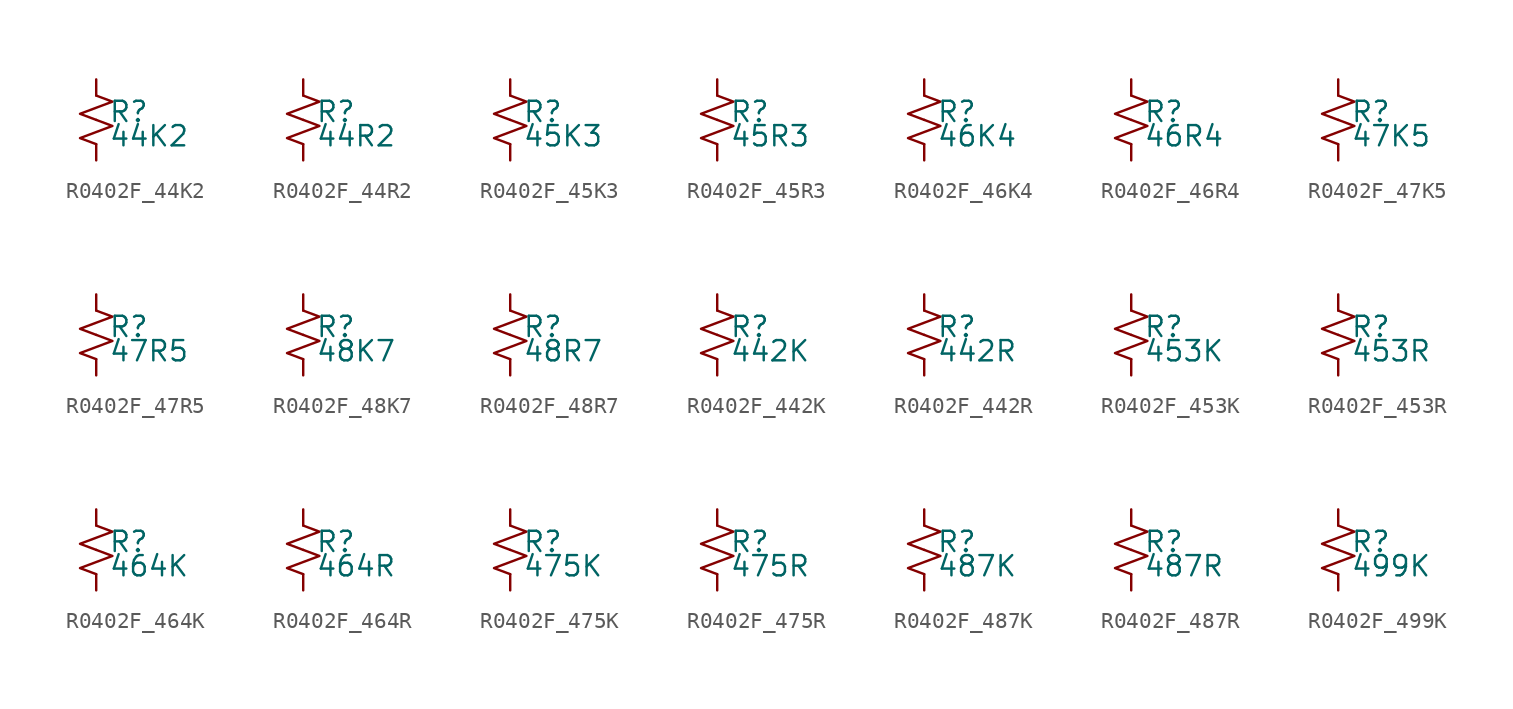
<source format=kicad_sym>
(kicad_symbol_lib
  (version 20220914)
  (generator kicad_symbol_editor)
  (symbol "R0402F_44K2"
    (pin_numbers hide)
    (pin_names
      (offset 0.254) hide)
    (property "Reference" "R"
      (at 0.762 0.508 0)
      (effects (font (size 1.27 1.27)) (justify left)))
    (property "Value" "44K2"
      (at 0.762 -1.016 0)
      (effects (font (size 1.27 1.27)) (justify left)))
    (symbol "R0402F_44K2_1_1"
      (polyline (pts (xy 0 0) (xy 1.016 -0.381) (xy 0 -0.762) (xy -1.016 -1.143) (xy 0 -1.524)) (stroke (width 0) (type default)) (fill (type none)))
      (polyline (pts (xy 0 1.524) (xy 1.016 1.143) (xy 0 0.762) (xy -1.016 0.381) (xy 0 0)) (stroke (width 0) (type default)) (fill (type none)))
      (pin passive line (at 0 2.54 270) (length 1.016) (name "~" (effects (font (size 1.27 1.27)))) (number "1" (effects (font (size 1.27 1.27)))))
      (pin passive line (at 0 -2.54 90) (length 1.016) (name "~" (effects (font (size 1.27 1.27)))) (number "2" (effects (font (size 1.27 1.27)))))))
  (symbol "R0402F_44R2"
    (pin_numbers hide)
    (pin_names
      (offset 0.254) hide)
    (property "Reference" "R"
      (at 0.762 0.508 0)
      (effects (font (size 1.27 1.27)) (justify left)))
    (property "Value" "44R2"
      (at 0.762 -1.016 0)
      (effects (font (size 1.27 1.27)) (justify left)))
    (symbol "R0402F_44R2_1_1"
      (polyline (pts (xy 0 0) (xy 1.016 -0.381) (xy 0 -0.762) (xy -1.016 -1.143) (xy 0 -1.524)) (stroke (width 0) (type default)) (fill (type none)))
      (polyline (pts (xy 0 1.524) (xy 1.016 1.143) (xy 0 0.762) (xy -1.016 0.381) (xy 0 0)) (stroke (width 0) (type default)) (fill (type none)))
      (pin passive line (at 0 2.54 270) (length 1.016) (name "~" (effects (font (size 1.27 1.27)))) (number "1" (effects (font (size 1.27 1.27)))))
      (pin passive line (at 0 -2.54 90) (length 1.016) (name "~" (effects (font (size 1.27 1.27)))) (number "2" (effects (font (size 1.27 1.27)))))))
  (symbol "R0402F_45K3"
    (pin_numbers hide)
    (pin_names
      (offset 0.254) hide)
    (property "Reference" "R"
      (at 0.762 0.508 0)
      (effects (font (size 1.27 1.27)) (justify left)))
    (property "Value" "45K3"
      (at 0.762 -1.016 0)
      (effects (font (size 1.27 1.27)) (justify left)))
    (symbol "R0402F_45K3_1_1"
      (polyline (pts (xy 0 0) (xy 1.016 -0.381) (xy 0 -0.762) (xy -1.016 -1.143) (xy 0 -1.524)) (stroke (width 0) (type default)) (fill (type none)))
      (polyline (pts (xy 0 1.524) (xy 1.016 1.143) (xy 0 0.762) (xy -1.016 0.381) (xy 0 0)) (stroke (width 0) (type default)) (fill (type none)))
      (pin passive line (at 0 2.54 270) (length 1.016) (name "~" (effects (font (size 1.27 1.27)))) (number "1" (effects (font (size 1.27 1.27)))))
      (pin passive line (at 0 -2.54 90) (length 1.016) (name "~" (effects (font (size 1.27 1.27)))) (number "2" (effects (font (size 1.27 1.27)))))))
  (symbol "R0402F_45R3"
    (pin_numbers hide)
    (pin_names
      (offset 0.254) hide)
    (property "Reference" "R"
      (at 0.762 0.508 0)
      (effects (font (size 1.27 1.27)) (justify left)))
    (property "Value" "45R3"
      (at 0.762 -1.016 0)
      (effects (font (size 1.27 1.27)) (justify left)))
    (symbol "R0402F_45R3_1_1"
      (polyline (pts (xy 0 0) (xy 1.016 -0.381) (xy 0 -0.762) (xy -1.016 -1.143) (xy 0 -1.524)) (stroke (width 0) (type default)) (fill (type none)))
      (polyline (pts (xy 0 1.524) (xy 1.016 1.143) (xy 0 0.762) (xy -1.016 0.381) (xy 0 0)) (stroke (width 0) (type default)) (fill (type none)))
      (pin passive line (at 0 2.54 270) (length 1.016) (name "~" (effects (font (size 1.27 1.27)))) (number "1" (effects (font (size 1.27 1.27)))))
      (pin passive line (at 0 -2.54 90) (length 1.016) (name "~" (effects (font (size 1.27 1.27)))) (number "2" (effects (font (size 1.27 1.27)))))))
  (symbol "R0402F_46K4"
    (pin_numbers hide)
    (pin_names
      (offset 0.254) hide)
    (property "Reference" "R"
      (at 0.762 0.508 0)
      (effects (font (size 1.27 1.27)) (justify left)))
    (property "Value" "46K4"
      (at 0.762 -1.016 0)
      (effects (font (size 1.27 1.27)) (justify left)))
    (symbol "R0402F_46K4_1_1"
      (polyline (pts (xy 0 0) (xy 1.016 -0.381) (xy 0 -0.762) (xy -1.016 -1.143) (xy 0 -1.524)) (stroke (width 0) (type default)) (fill (type none)))
      (polyline (pts (xy 0 1.524) (xy 1.016 1.143) (xy 0 0.762) (xy -1.016 0.381) (xy 0 0)) (stroke (width 0) (type default)) (fill (type none)))
      (pin passive line (at 0 2.54 270) (length 1.016) (name "~" (effects (font (size 1.27 1.27)))) (number "1" (effects (font (size 1.27 1.27)))))
      (pin passive line (at 0 -2.54 90) (length 1.016) (name "~" (effects (font (size 1.27 1.27)))) (number "2" (effects (font (size 1.27 1.27)))))))
  (symbol "R0402F_46R4"
    (pin_numbers hide)
    (pin_names
      (offset 0.254) hide)
    (property "Reference" "R"
      (at 0.762 0.508 0)
      (effects (font (size 1.27 1.27)) (justify left)))
    (property "Value" "46R4"
      (at 0.762 -1.016 0)
      (effects (font (size 1.27 1.27)) (justify left)))
    (symbol "R0402F_46R4_1_1"
      (polyline (pts (xy 0 0) (xy 1.016 -0.381) (xy 0 -0.762) (xy -1.016 -1.143) (xy 0 -1.524)) (stroke (width 0) (type default)) (fill (type none)))
      (polyline (pts (xy 0 1.524) (xy 1.016 1.143) (xy 0 0.762) (xy -1.016 0.381) (xy 0 0)) (stroke (width 0) (type default)) (fill (type none)))
      (pin passive line (at 0 2.54 270) (length 1.016) (name "~" (effects (font (size 1.27 1.27)))) (number "1" (effects (font (size 1.27 1.27)))))
      (pin passive line (at 0 -2.54 90) (length 1.016) (name "~" (effects (font (size 1.27 1.27)))) (number "2" (effects (font (size 1.27 1.27)))))))
  (symbol "R0402F_47K5"
    (pin_numbers hide)
    (pin_names
      (offset 0.254) hide)
    (property "Reference" "R"
      (at 0.762 0.508 0)
      (effects (font (size 1.27 1.27)) (justify left)))
    (property "Value" "47K5"
      (at 0.762 -1.016 0)
      (effects (font (size 1.27 1.27)) (justify left)))
    (symbol "R0402F_47K5_1_1"
      (polyline (pts (xy 0 0) (xy 1.016 -0.381) (xy 0 -0.762) (xy -1.016 -1.143) (xy 0 -1.524)) (stroke (width 0) (type default)) (fill (type none)))
      (polyline (pts (xy 0 1.524) (xy 1.016 1.143) (xy 0 0.762) (xy -1.016 0.381) (xy 0 0)) (stroke (width 0) (type default)) (fill (type none)))
      (pin passive line (at 0 2.54 270) (length 1.016) (name "~" (effects (font (size 1.27 1.27)))) (number "1" (effects (font (size 1.27 1.27)))))
      (pin passive line (at 0 -2.54 90) (length 1.016) (name "~" (effects (font (size 1.27 1.27)))) (number "2" (effects (font (size 1.27 1.27)))))))
  (symbol "R0402F_47R5"
    (pin_numbers hide)
    (pin_names
      (offset 0.254) hide)
    (property "Reference" "R"
      (at 0.762 0.508 0)
      (effects (font (size 1.27 1.27)) (justify left)))
    (property "Value" "47R5"
      (at 0.762 -1.016 0)
      (effects (font (size 1.27 1.27)) (justify left)))
    (symbol "R0402F_47R5_1_1"
      (polyline (pts (xy 0 0) (xy 1.016 -0.381) (xy 0 -0.762) (xy -1.016 -1.143) (xy 0 -1.524)) (stroke (width 0) (type default)) (fill (type none)))
      (polyline (pts (xy 0 1.524) (xy 1.016 1.143) (xy 0 0.762) (xy -1.016 0.381) (xy 0 0)) (stroke (width 0) (type default)) (fill (type none)))
      (pin passive line (at 0 2.54 270) (length 1.016) (name "~" (effects (font (size 1.27 1.27)))) (number "1" (effects (font (size 1.27 1.27)))))
      (pin passive line (at 0 -2.54 90) (length 1.016) (name "~" (effects (font (size 1.27 1.27)))) (number "2" (effects (font (size 1.27 1.27)))))))
  (symbol "R0402F_48K7"
    (pin_numbers hide)
    (pin_names
      (offset 0.254) hide)
    (property "Reference" "R"
      (at 0.762 0.508 0)
      (effects (font (size 1.27 1.27)) (justify left)))
    (property "Value" "48K7"
      (at 0.762 -1.016 0)
      (effects (font (size 1.27 1.27)) (justify left)))
    (symbol "R0402F_48K7_1_1"
      (polyline (pts (xy 0 0) (xy 1.016 -0.381) (xy 0 -0.762) (xy -1.016 -1.143) (xy 0 -1.524)) (stroke (width 0) (type default)) (fill (type none)))
      (polyline (pts (xy 0 1.524) (xy 1.016 1.143) (xy 0 0.762) (xy -1.016 0.381) (xy 0 0)) (stroke (width 0) (type default)) (fill (type none)))
      (pin passive line (at 0 2.54 270) (length 1.016) (name "~" (effects (font (size 1.27 1.27)))) (number "1" (effects (font (size 1.27 1.27)))))
      (pin passive line (at 0 -2.54 90) (length 1.016) (name "~" (effects (font (size 1.27 1.27)))) (number "2" (effects (font (size 1.27 1.27)))))))
  (symbol "R0402F_48R7"
    (pin_numbers hide)
    (pin_names
      (offset 0.254) hide)
    (property "Reference" "R"
      (at 0.762 0.508 0)
      (effects (font (size 1.27 1.27)) (justify left)))
    (property "Value" "48R7"
      (at 0.762 -1.016 0)
      (effects (font (size 1.27 1.27)) (justify left)))
    (symbol "R0402F_48R7_1_1"
      (polyline (pts (xy 0 0) (xy 1.016 -0.381) (xy 0 -0.762) (xy -1.016 -1.143) (xy 0 -1.524)) (stroke (width 0) (type default)) (fill (type none)))
      (polyline (pts (xy 0 1.524) (xy 1.016 1.143) (xy 0 0.762) (xy -1.016 0.381) (xy 0 0)) (stroke (width 0) (type default)) (fill (type none)))
      (pin passive line (at 0 2.54 270) (length 1.016) (name "~" (effects (font (size 1.27 1.27)))) (number "1" (effects (font (size 1.27 1.27)))))
      (pin passive line (at 0 -2.54 90) (length 1.016) (name "~" (effects (font (size 1.27 1.27)))) (number "2" (effects (font (size 1.27 1.27)))))))
  (symbol "R0402F_442K"
    (pin_numbers hide)
    (pin_names
      (offset 0.254) hide)
    (property "Reference" "R"
      (at 0.762 0.508 0)
      (effects (font (size 1.27 1.27)) (justify left)))
    (property "Value" "442K"
      (at 0.762 -1.016 0)
      (effects (font (size 1.27 1.27)) (justify left)))
    (symbol "R0402F_442K_1_1"
      (polyline (pts (xy 0 0) (xy 1.016 -0.381) (xy 0 -0.762) (xy -1.016 -1.143) (xy 0 -1.524)) (stroke (width 0) (type default)) (fill (type none)))
      (polyline (pts (xy 0 1.524) (xy 1.016 1.143) (xy 0 0.762) (xy -1.016 0.381) (xy 0 0)) (stroke (width 0) (type default)) (fill (type none)))
      (pin passive line (at 0 2.54 270) (length 1.016) (name "~" (effects (font (size 1.27 1.27)))) (number "1" (effects (font (size 1.27 1.27)))))
      (pin passive line (at 0 -2.54 90) (length 1.016) (name "~" (effects (font (size 1.27 1.27)))) (number "2" (effects (font (size 1.27 1.27)))))))
  (symbol "R0402F_442R"
    (pin_numbers hide)
    (pin_names
      (offset 0.254) hide)
    (property "Reference" "R"
      (at 0.762 0.508 0)
      (effects (font (size 1.27 1.27)) (justify left)))
    (property "Value" "442R"
      (at 0.762 -1.016 0)
      (effects (font (size 1.27 1.27)) (justify left)))
    (symbol "R0402F_442R_1_1"
      (polyline (pts (xy 0 0) (xy 1.016 -0.381) (xy 0 -0.762) (xy -1.016 -1.143) (xy 0 -1.524)) (stroke (width 0) (type default)) (fill (type none)))
      (polyline (pts (xy 0 1.524) (xy 1.016 1.143) (xy 0 0.762) (xy -1.016 0.381) (xy 0 0)) (stroke (width 0) (type default)) (fill (type none)))
      (pin passive line (at 0 2.54 270) (length 1.016) (name "~" (effects (font (size 1.27 1.27)))) (number "1" (effects (font (size 1.27 1.27)))))
      (pin passive line (at 0 -2.54 90) (length 1.016) (name "~" (effects (font (size 1.27 1.27)))) (number "2" (effects (font (size 1.27 1.27)))))))
  (symbol "R0402F_453K"
    (pin_numbers hide)
    (pin_names
      (offset 0.254) hide)
    (property "Reference" "R"
      (at 0.762 0.508 0)
      (effects (font (size 1.27 1.27)) (justify left)))
    (property "Value" "453K"
      (at 0.762 -1.016 0)
      (effects (font (size 1.27 1.27)) (justify left)))
    (symbol "R0402F_453K_1_1"
      (polyline (pts (xy 0 0) (xy 1.016 -0.381) (xy 0 -0.762) (xy -1.016 -1.143) (xy 0 -1.524)) (stroke (width 0) (type default)) (fill (type none)))
      (polyline (pts (xy 0 1.524) (xy 1.016 1.143) (xy 0 0.762) (xy -1.016 0.381) (xy 0 0)) (stroke (width 0) (type default)) (fill (type none)))
      (pin passive line (at 0 2.54 270) (length 1.016) (name "~" (effects (font (size 1.27 1.27)))) (number "1" (effects (font (size 1.27 1.27)))))
      (pin passive line (at 0 -2.54 90) (length 1.016) (name "~" (effects (font (size 1.27 1.27)))) (number "2" (effects (font (size 1.27 1.27)))))))
  (symbol "R0402F_453R"
    (pin_numbers hide)
    (pin_names
      (offset 0.254) hide)
    (property "Reference" "R"
      (at 0.762 0.508 0)
      (effects (font (size 1.27 1.27)) (justify left)))
    (property "Value" "453R"
      (at 0.762 -1.016 0)
      (effects (font (size 1.27 1.27)) (justify left)))
    (symbol "R0402F_453R_1_1"
      (polyline (pts (xy 0 0) (xy 1.016 -0.381) (xy 0 -0.762) (xy -1.016 -1.143) (xy 0 -1.524)) (stroke (width 0) (type default)) (fill (type none)))
      (polyline (pts (xy 0 1.524) (xy 1.016 1.143) (xy 0 0.762) (xy -1.016 0.381) (xy 0 0)) (stroke (width 0) (type default)) (fill (type none)))
      (pin passive line (at 0 2.54 270) (length 1.016) (name "~" (effects (font (size 1.27 1.27)))) (number "1" (effects (font (size 1.27 1.27)))))
      (pin passive line (at 0 -2.54 90) (length 1.016) (name "~" (effects (font (size 1.27 1.27)))) (number "2" (effects (font (size 1.27 1.27)))))))
  (symbol "R0402F_464K"
    (pin_numbers hide)
    (pin_names
      (offset 0.254) hide)
    (property "Reference" "R"
      (at 0.762 0.508 0)
      (effects (font (size 1.27 1.27)) (justify left)))
    (property "Value" "464K"
      (at 0.762 -1.016 0)
      (effects (font (size 1.27 1.27)) (justify left)))
    (symbol "R0402F_464K_1_1"
      (polyline (pts (xy 0 0) (xy 1.016 -0.381) (xy 0 -0.762) (xy -1.016 -1.143) (xy 0 -1.524)) (stroke (width 0) (type default)) (fill (type none)))
      (polyline (pts (xy 0 1.524) (xy 1.016 1.143) (xy 0 0.762) (xy -1.016 0.381) (xy 0 0)) (stroke (width 0) (type default)) (fill (type none)))
      (pin passive line (at 0 2.54 270) (length 1.016) (name "~" (effects (font (size 1.27 1.27)))) (number "1" (effects (font (size 1.27 1.27)))))
      (pin passive line (at 0 -2.54 90) (length 1.016) (name "~" (effects (font (size 1.27 1.27)))) (number "2" (effects (font (size 1.27 1.27)))))))
  (symbol "R0402F_464R"
    (pin_numbers hide)
    (pin_names
      (offset 0.254) hide)
    (property "Reference" "R"
      (at 0.762 0.508 0)
      (effects (font (size 1.27 1.27)) (justify left)))
    (property "Value" "464R"
      (at 0.762 -1.016 0)
      (effects (font (size 1.27 1.27)) (justify left)))
    (symbol "R0402F_464R_1_1"
      (polyline (pts (xy 0 0) (xy 1.016 -0.381) (xy 0 -0.762) (xy -1.016 -1.143) (xy 0 -1.524)) (stroke (width 0) (type default)) (fill (type none)))
      (polyline (pts (xy 0 1.524) (xy 1.016 1.143) (xy 0 0.762) (xy -1.016 0.381) (xy 0 0)) (stroke (width 0) (type default)) (fill (type none)))
      (pin passive line (at 0 2.54 270) (length 1.016) (name "~" (effects (font (size 1.27 1.27)))) (number "1" (effects (font (size 1.27 1.27)))))
      (pin passive line (at 0 -2.54 90) (length 1.016) (name "~" (effects (font (size 1.27 1.27)))) (number "2" (effects (font (size 1.27 1.27)))))))
  (symbol "R0402F_475K"
    (pin_numbers hide)
    (pin_names
      (offset 0.254) hide)
    (property "Reference" "R"
      (at 0.762 0.508 0)
      (effects (font (size 1.27 1.27)) (justify left)))
    (property "Value" "475K"
      (at 0.762 -1.016 0)
      (effects (font (size 1.27 1.27)) (justify left)))
    (symbol "R0402F_475K_1_1"
      (polyline (pts (xy 0 0) (xy 1.016 -0.381) (xy 0 -0.762) (xy -1.016 -1.143) (xy 0 -1.524)) (stroke (width 0) (type default)) (fill (type none)))
      (polyline (pts (xy 0 1.524) (xy 1.016 1.143) (xy 0 0.762) (xy -1.016 0.381) (xy 0 0)) (stroke (width 0) (type default)) (fill (type none)))
      (pin passive line (at 0 2.54 270) (length 1.016) (name "~" (effects (font (size 1.27 1.27)))) (number "1" (effects (font (size 1.27 1.27)))))
      (pin passive line (at 0 -2.54 90) (length 1.016) (name "~" (effects (font (size 1.27 1.27)))) (number "2" (effects (font (size 1.27 1.27)))))))
  (symbol "R0402F_475R"
    (pin_numbers hide)
    (pin_names
      (offset 0.254) hide)
    (property "Reference" "R"
      (at 0.762 0.508 0)
      (effects (font (size 1.27 1.27)) (justify left)))
    (property "Value" "475R"
      (at 0.762 -1.016 0)
      (effects (font (size 1.27 1.27)) (justify left)))
    (symbol "R0402F_475R_1_1"
      (polyline (pts (xy 0 0) (xy 1.016 -0.381) (xy 0 -0.762) (xy -1.016 -1.143) (xy 0 -1.524)) (stroke (width 0) (type default)) (fill (type none)))
      (polyline (pts (xy 0 1.524) (xy 1.016 1.143) (xy 0 0.762) (xy -1.016 0.381) (xy 0 0)) (stroke (width 0) (type default)) (fill (type none)))
      (pin passive line (at 0 2.54 270) (length 1.016) (name "~" (effects (font (size 1.27 1.27)))) (number "1" (effects (font (size 1.27 1.27)))))
      (pin passive line (at 0 -2.54 90) (length 1.016) (name "~" (effects (font (size 1.27 1.27)))) (number "2" (effects (font (size 1.27 1.27)))))))
  (symbol "R0402F_487K"
    (pin_numbers hide)
    (pin_names
      (offset 0.254) hide)
    (property "Reference" "R"
      (at 0.762 0.508 0)
      (effects (font (size 1.27 1.27)) (justify left)))
    (property "Value" "487K"
      (at 0.762 -1.016 0)
      (effects (font (size 1.27 1.27)) (justify left)))
    (symbol "R0402F_487K_1_1"
      (polyline (pts (xy 0 0) (xy 1.016 -0.381) (xy 0 -0.762) (xy -1.016 -1.143) (xy 0 -1.524)) (stroke (width 0) (type default)) (fill (type none)))
      (polyline (pts (xy 0 1.524) (xy 1.016 1.143) (xy 0 0.762) (xy -1.016 0.381) (xy 0 0)) (stroke (width 0) (type default)) (fill (type none)))
      (pin passive line (at 0 2.54 270) (length 1.016) (name "~" (effects (font (size 1.27 1.27)))) (number "1" (effects (font (size 1.27 1.27)))))
      (pin passive line (at 0 -2.54 90) (length 1.016) (name "~" (effects (font (size 1.27 1.27)))) (number "2" (effects (font (size 1.27 1.27)))))))
  (symbol "R0402F_487R"
    (pin_numbers hide)
    (pin_names
      (offset 0.254) hide)
    (property "Reference" "R"
      (at 0.762 0.508 0)
      (effects (font (size 1.27 1.27)) (justify left)))
    (property "Value" "487R"
      (at 0.762 -1.016 0)
      (effects (font (size 1.27 1.27)) (justify left)))
    (symbol "R0402F_487R_1_1"
      (polyline (pts (xy 0 0) (xy 1.016 -0.381) (xy 0 -0.762) (xy -1.016 -1.143) (xy 0 -1.524)) (stroke (width 0) (type default)) (fill (type none)))
      (polyline (pts (xy 0 1.524) (xy 1.016 1.143) (xy 0 0.762) (xy -1.016 0.381) (xy 0 0)) (stroke (width 0) (type default)) (fill (type none)))
      (pin passive line (at 0 2.54 270) (length 1.016) (name "~" (effects (font (size 1.27 1.27)))) (number "1" (effects (font (size 1.27 1.27)))))
      (pin passive line (at 0 -2.54 90) (length 1.016) (name "~" (effects (font (size 1.27 1.27)))) (number "2" (effects (font (size 1.27 1.27)))))))
  (symbol "R0402F_499K"
    (pin_numbers hide)
    (pin_names
      (offset 0.254) hide)
    (property "Reference" "R"
      (at 0.762 0.508 0)
      (effects (font (size 1.27 1.27)) (justify left)))
    (property "Value" "499K"
      (at 0.762 -1.016 0)
      (effects (font (size 1.27 1.27)) (justify left)))
    (symbol "R0402F_499K_1_1"
      (polyline (pts (xy 0 0) (xy 1.016 -0.381) (xy 0 -0.762) (xy -1.016 -1.143) (xy 0 -1.524)) (stroke (width 0) (type default)) (fill (type none)))
      (polyline (pts (xy 0 1.524) (xy 1.016 1.143) (xy 0 0.762) (xy -1.016 0.381) (xy 0 0)) (stroke (width 0) (type default)) (fill (type none)))
      (pin passive line (at 0 2.54 270) (length 1.016) (name "~" (effects (font (size 1.27 1.27)))) (number "1" (effects (font (size 1.27 1.27)))))
      (pin passive line (at 0 -2.54 90) (length 1.016) (name "~" (effects (font (size 1.27 1.27)))) (number "2" (effects (font (size 1.27 1.27))))))))
</source>
